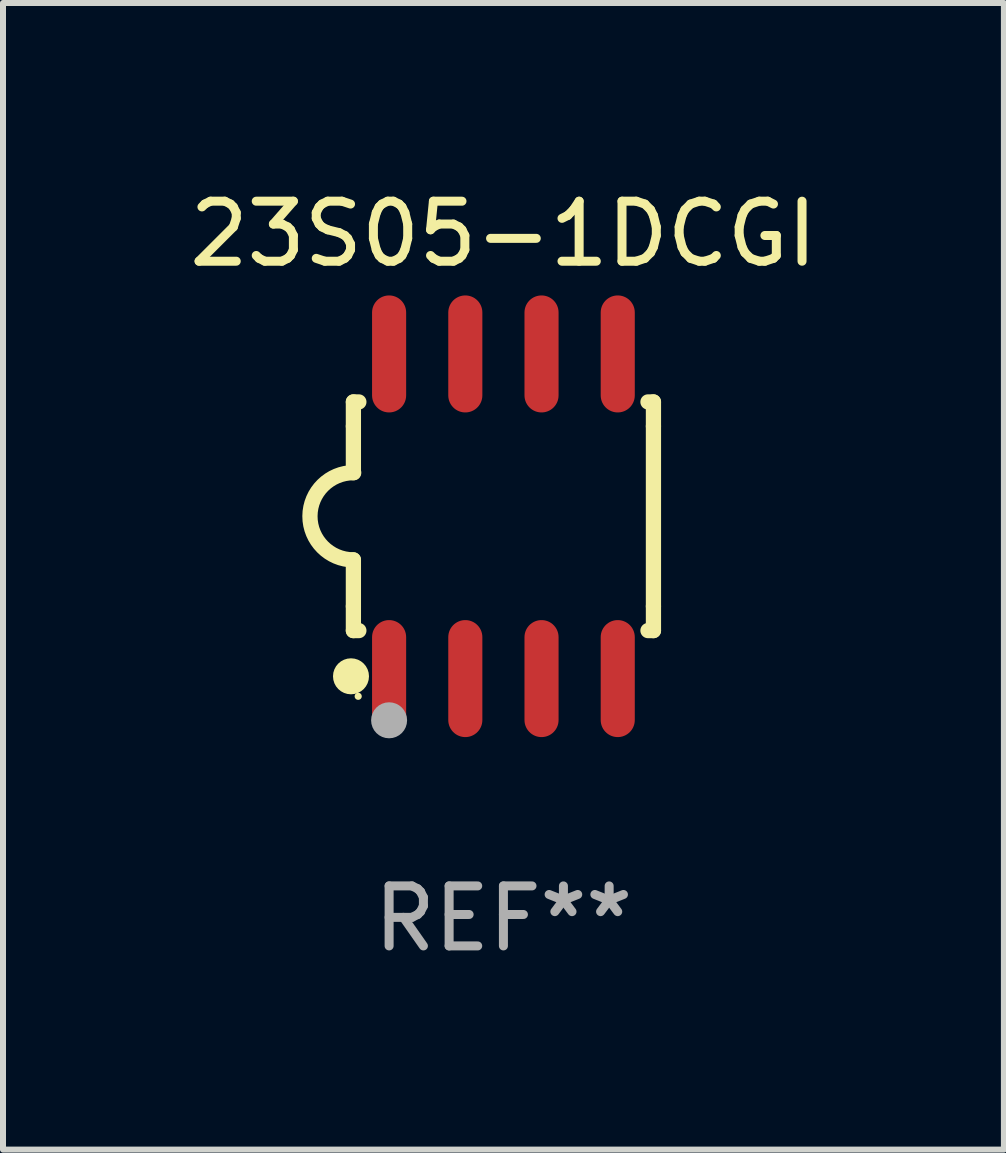
<source format=kicad_pcb>
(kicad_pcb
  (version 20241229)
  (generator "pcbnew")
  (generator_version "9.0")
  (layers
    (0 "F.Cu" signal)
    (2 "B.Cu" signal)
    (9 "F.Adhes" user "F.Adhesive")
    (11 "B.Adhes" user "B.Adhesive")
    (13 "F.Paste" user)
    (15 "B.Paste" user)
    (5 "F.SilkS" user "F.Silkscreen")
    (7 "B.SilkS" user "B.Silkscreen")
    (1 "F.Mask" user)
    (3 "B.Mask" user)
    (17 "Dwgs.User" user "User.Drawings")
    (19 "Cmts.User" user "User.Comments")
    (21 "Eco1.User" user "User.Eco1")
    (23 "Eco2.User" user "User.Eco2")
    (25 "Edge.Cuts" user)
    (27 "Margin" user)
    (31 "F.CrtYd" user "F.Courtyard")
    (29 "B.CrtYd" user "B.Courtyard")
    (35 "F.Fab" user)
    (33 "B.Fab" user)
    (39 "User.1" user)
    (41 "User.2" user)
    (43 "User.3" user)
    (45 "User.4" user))
  (footprint "23S05-1DCGI"
    (layer "F.Cu")
    (at 5.339 5.553)
    (property "Reference" "23S05-1DCGI" (at 0 -4.705 0) (layer "F.SilkS") (effects (font (size 1 1) (thickness 0.15))))
    (attr through_hole)
    (fp_line (start -2.5 -1.905) (end -2.409 -1.905) (stroke (width 0.254) (type solid)) (layer "F.SilkS"))
    (fp_line (start -2.5 -1.5) (end -2.5 -1.905) (stroke (width 0.254) (type solid)) (layer "F.SilkS"))
    (fp_line (start -2.5 -1.5) (end -2.5 -0.726) (stroke (width 0.254) (type solid)) (layer "F.SilkS"))
    (fp_line (start -2.5 1.5) (end -2.5 0.727) (stroke (width 0.254) (type solid)) (layer "F.SilkS"))
    (fp_line (start -2.5 1.5) (end -2.5 1.905) (stroke (width 0.254) (type solid)) (layer "F.SilkS"))
    (fp_line (start -2.5 1.905) (end -2.409 1.905) (stroke (width 0.254) (type solid)) (layer "F.SilkS"))
    (fp_line (start 2.5 -1.905) (end 2.409 -1.905) (stroke (width 0.254) (type solid)) (layer "F.SilkS"))
    (fp_line (start 2.5 -1.5) (end 2.5 -1.905) (stroke (width 0.254) (type solid)) (layer "F.SilkS"))
    (fp_line (start 2.5 -1.5) (end 2.5 1.5) (stroke (width 0.254) (type solid)) (layer "F.SilkS"))
    (fp_line (start 2.5 1.5) (end 2.5 1.905) (stroke (width 0.254) (type solid)) (layer "F.SilkS"))
    (fp_line (start 2.5 1.905) (end 2.409 1.905) (stroke (width 0.254) (type solid)) (layer "F.SilkS"))
    (fp_arc (start -2.5 0.726568) (mid -3.220316 -0.0023) (end -2.495097 -0.726289) (stroke (width 0.254001) (type solid)) (layer "F.SilkS"))
    (fp_circle (center -2.54 2.667) (end -2.39 2.667) (stroke (width 0.3) (type solid)) (fill no) (layer "F.SilkS"))
    (fp_circle (center -2.42 3) (end -2.39 3) (stroke (width 0.06) (type solid)) (fill no) (layer "F.SilkS"))
    (fp_circle (center -1.905 3.4) (end -1.755 3.4) (stroke (width 0.3) (type solid)) (fill no) (layer "F.Fab"))
    (fp_text user "REF**" (at 0 6.705 0) (layer "F.Fab") (effects (font (size 1 1) (thickness 0.15))))
    (pad "1" smd oval (at -1.905 2.705) (size 0.568 1.95) (layers "F.Cu" "F.Mask" "F.Paste"))
    (pad "2" smd oval (at -0.635 2.705) (size 0.568 1.95) (layers "F.Cu" "F.Mask" "F.Paste"))
    (pad "3" smd oval (at 0.635 2.705) (size 0.568 1.95) (layers "F.Cu" "F.Mask" "F.Paste"))
    (pad "4" smd oval (at 1.905 2.705) (size 0.568 1.95) (layers "F.Cu" "F.Mask" "F.Paste"))
    (pad "5" smd oval (at 1.905 -2.705) (size 0.568 1.95) (layers "F.Cu" "F.Mask" "F.Paste"))
    (pad "6" smd oval (at 0.635 -2.705) (size 0.568 1.95) (layers "F.Cu" "F.Mask" "F.Paste"))
    (pad "7" smd oval (at -0.635 -2.705) (size 0.568 1.95) (layers "F.Cu" "F.Mask" "F.Paste"))
    (pad "8" smd oval (at -1.905 -2.705) (size 0.568 1.95) (layers "F.Cu" "F.Mask" "F.Paste")))
  (gr_rect
    (start -3 -3)
    (end 13.679 16.107)
    (stroke (width 0.1) (type default))
    (fill no)
    (layer "Edge.Cuts")))
</source>
